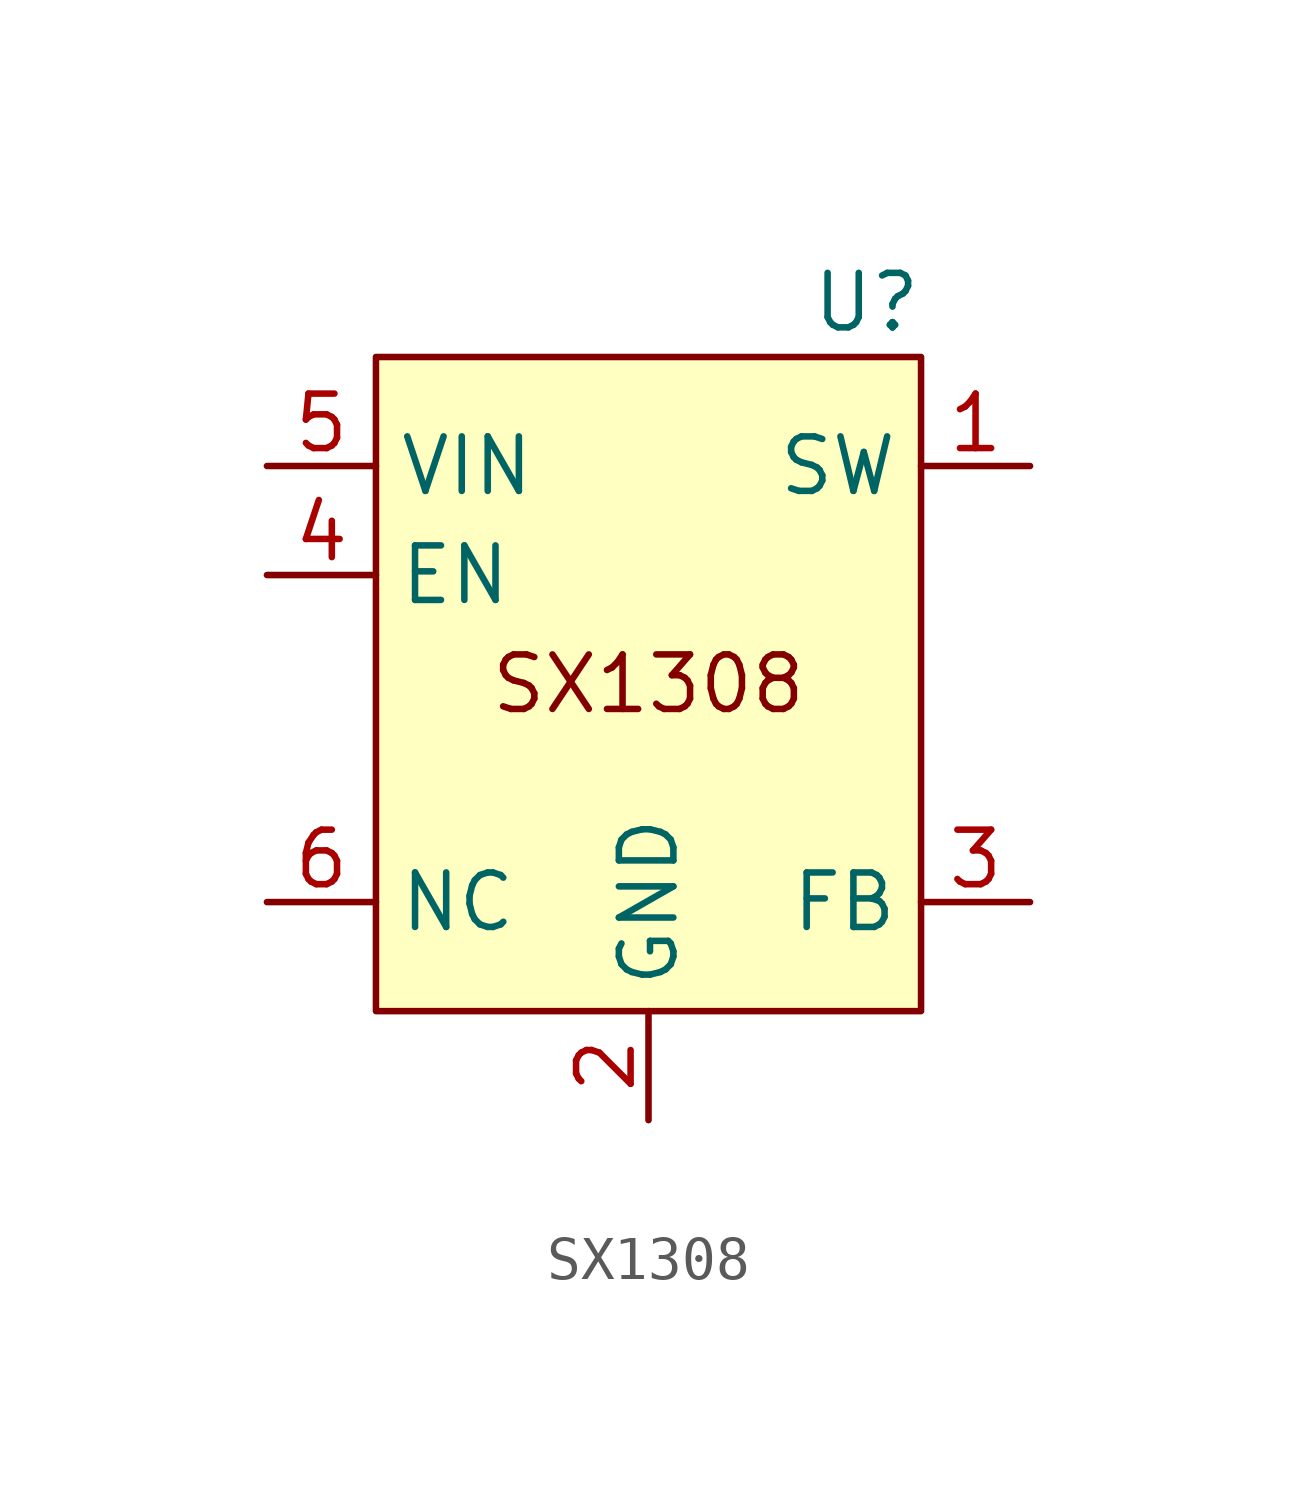
<source format=kicad_sym>
(kicad_symbol_lib
  (version 20220914)
  (generator kicad_symbol_editor)
  (symbol "SX1308"
    (property "Reference" "U"
      (at 5.08 8.89 0)
      (effects (font (size 1.27 1.27))))
    (property "Value" ""
      (at 0 0 0)
      (effects (font (size 1.27 1.27))))
    (symbol "SX1308_1_1"
      (rectangle (start -6.35 7.62) (end 6.35 -7.62) (stroke (width 0) (type default)) (fill (type background)))
      (text "SX1308" (at 0 0 0) (effects (font (size 1.27 1.27))))
      (pin input line (at 8.89 5.08 180) (length 2.54) (name "SW" (effects (font (size 1.27 1.27)))) (number "1" (effects (font (size 1.27 1.27)))))
      (pin input line (at 0 -10.16 90) (length 2.54) (name "GND" (effects (font (size 1.27 1.27)))) (number "2" (effects (font (size 1.27 1.27)))))
      (pin input line (at 8.89 -5.08 180) (length 2.54) (name "FB" (effects (font (size 1.27 1.27)))) (number "3" (effects (font (size 1.27 1.27)))))
      (pin input line (at -8.89 2.54 0) (length 2.54) (name "EN" (effects (font (size 1.27 1.27)))) (number "4" (effects (font (size 1.27 1.27)))))
      (pin input line (at -8.89 5.08 0) (length 2.54) (name "VIN" (effects (font (size 1.27 1.27)))) (number "5" (effects (font (size 1.27 1.27)))))
      (pin input line (at -8.89 -5.08 0) (length 2.54) (name "NC" (effects (font (size 1.27 1.27)))) (number "6" (effects (font (size 1.27 1.27))))))))
</source>
